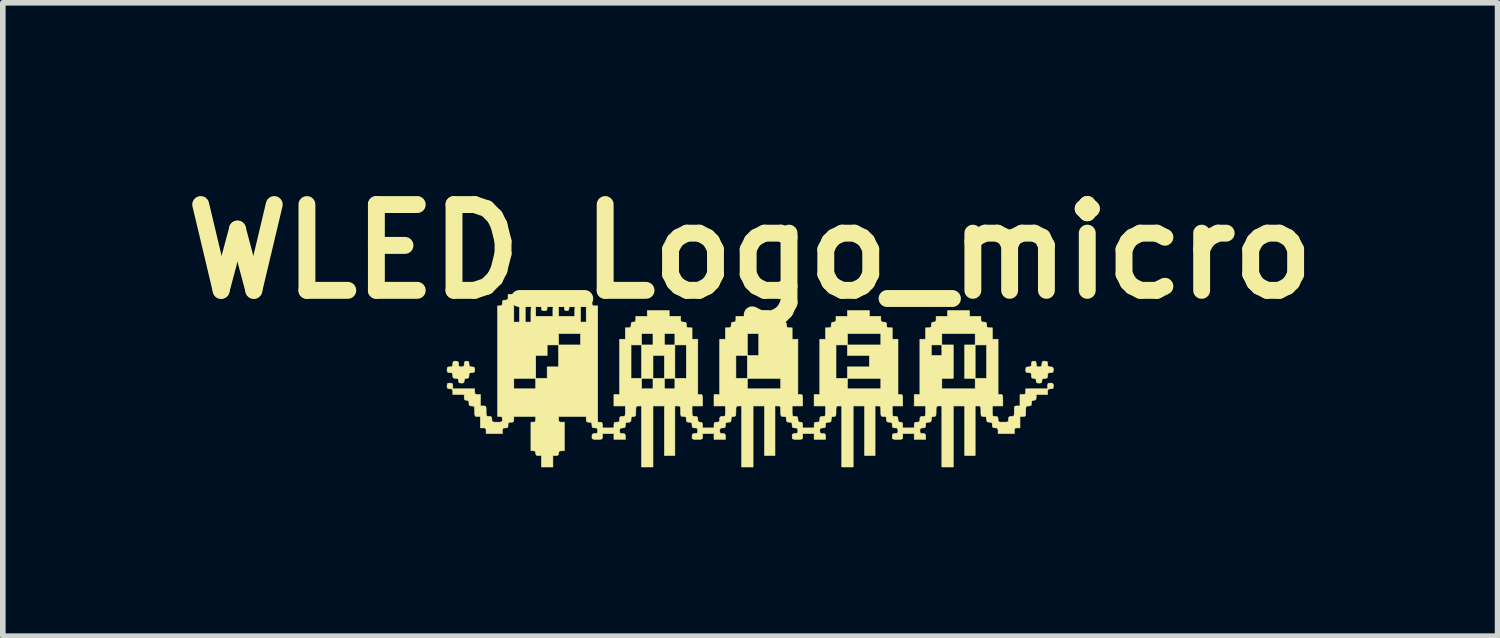
<source format=kicad_pcb>
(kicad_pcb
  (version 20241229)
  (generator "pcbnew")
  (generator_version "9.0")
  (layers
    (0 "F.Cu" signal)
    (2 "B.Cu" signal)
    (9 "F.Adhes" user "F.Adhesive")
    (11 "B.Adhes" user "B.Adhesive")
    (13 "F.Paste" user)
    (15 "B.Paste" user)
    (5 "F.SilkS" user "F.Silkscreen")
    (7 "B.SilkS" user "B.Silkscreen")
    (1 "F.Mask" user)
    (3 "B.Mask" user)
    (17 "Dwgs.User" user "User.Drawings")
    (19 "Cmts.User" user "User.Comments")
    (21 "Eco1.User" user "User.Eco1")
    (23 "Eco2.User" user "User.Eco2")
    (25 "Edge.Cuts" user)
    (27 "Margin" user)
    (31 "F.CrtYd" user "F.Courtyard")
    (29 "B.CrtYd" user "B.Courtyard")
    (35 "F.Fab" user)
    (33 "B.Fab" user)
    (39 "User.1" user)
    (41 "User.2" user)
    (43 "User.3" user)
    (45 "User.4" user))
  (footprint "WLED_Logo_micro"
    (layer "F.Cu")
    (at 10.276 3.704)
    (property "Reference" "WLED_Logo_micro" (at 0 -2.286 0) (layer "F.SilkS") (effects (font (size 1.524 1.524) (thickness 0.3))))
    (attr through_hole)
    (fp_poly (pts (xy 3.996 -0.034) (xy 3.81 -0.034) (xy 3.81 -0.627) (xy 3.996 -0.627) (xy 3.996 -0.034)) (stroke (width 0.01) (type solid)) (fill yes) (layer "F.SilkS"))
    (fp_poly (pts (xy -5.007 -0.333) (xy -4.996 -0.31) (xy -4.995 -0.288) (xy -4.991 -0.252) (xy -4.971 -0.239) (xy -4.945 -0.237) (xy -4.909 -0.233) (xy -4.895 -0.213) (xy -4.894 -0.186) (xy -4.898 -0.15) (xy -4.918 -0.137) (xy -4.945 -0.135) (xy -4.981 -0.131) (xy -4.994 -0.111) (xy -4.995 -0.085) (xy -5 -0.048) (xy -5.019 -0.035) (xy -5.038 -0.034) (xy -5.07 -0.027) (xy -5.08 0.001) (xy -5.08 0.008) (xy -5.085 0.039) (xy -5.109 0.05) (xy -5.131 0.051) (xy -5.167 0.046) (xy -5.18 0.027) (xy -5.182 0.008) (xy -5.187 -0.022) (xy -5.21 -0.033) (xy -5.232 -0.034) (xy -5.268 -0.038) (xy -5.282 -0.058) (xy -5.283 -0.085) (xy -5.287 -0.121) (xy -5.307 -0.134) (xy -5.334 -0.135) (xy -5.37 -0.14) (xy -5.383 -0.159) (xy -5.385 -0.186) (xy -5.381 -0.222) (xy -5.361 -0.236) (xy -5.334 -0.237) (xy -5.298 -0.241) (xy -5.285 -0.261) (xy -5.283 -0.288) (xy -5.279 -0.324) (xy -5.259 -0.337) (xy -5.232 -0.339) (xy -5.196 -0.334) (xy -5.183 -0.315) (xy -5.182 -0.288) (xy -5.177 -0.252) (xy -5.158 -0.239) (xy -5.131 -0.237) (xy -5.095 -0.241) (xy -5.082 -0.261) (xy -5.08 -0.288) (xy -5.075 -0.324) (xy -5.056 -0.337) (xy -5.038 -0.339) (xy -5.007 -0.333)) (stroke (width 0.01) (type solid)) (fill yes) (layer "F.SilkS"))
    (fp_poly (pts (xy 5.268 -0.334) (xy 5.282 -0.315) (xy 5.283 -0.288) (xy 5.287 -0.252) (xy 5.307 -0.239) (xy 5.334 -0.237) (xy 5.37 -0.233) (xy 5.383 -0.213) (xy 5.385 -0.186) (xy 5.381 -0.15) (xy 5.361 -0.137) (xy 5.334 -0.135) (xy 5.298 -0.131) (xy 5.285 -0.111) (xy 5.283 -0.085) (xy 5.279 -0.049) (xy 5.259 -0.035) (xy 5.232 -0.034) (xy 5.196 -0.029) (xy 5.183 -0.01) (xy 5.182 0.008) (xy 5.176 0.039) (xy 5.153 0.05) (xy 5.131 0.051) (xy 5.094 0.046) (xy 5.081 0.027) (xy 5.08 0.008) (xy 5.073 -0.024) (xy 5.045 -0.034) (xy 5.038 -0.034) (xy 5.007 -0.039) (xy 4.996 -0.063) (xy 4.995 -0.085) (xy 4.991 -0.121) (xy 4.971 -0.134) (xy 4.945 -0.135) (xy 4.909 -0.14) (xy 4.895 -0.159) (xy 4.894 -0.186) (xy 4.898 -0.222) (xy 4.918 -0.236) (xy 4.945 -0.237) (xy 4.981 -0.241) (xy 4.994 -0.261) (xy 4.995 -0.288) (xy 5 -0.324) (xy 5.019 -0.337) (xy 5.038 -0.339) (xy 5.068 -0.333) (xy 5.079 -0.31) (xy 5.08 -0.288) (xy 5.084 -0.252) (xy 5.104 -0.239) (xy 5.131 -0.237) (xy 5.167 -0.241) (xy 5.18 -0.261) (xy 5.182 -0.288) (xy 5.186 -0.324) (xy 5.206 -0.337) (xy 5.232 -0.339) (xy 5.268 -0.334)) (stroke (width 0.01) (type solid)) (fill yes) (layer "F.SilkS"))
    (fp_poly (pts (xy -2.913 -1.473) (xy -2.908 -1.437) (xy -2.889 -1.424) (xy -2.862 -1.422) (xy -2.826 -1.418) (xy -2.812 -1.398) (xy -2.811 -1.372) (xy -2.807 -1.336) (xy -2.787 -1.322) (xy -2.76 -1.321) (xy -2.709 -1.321) (xy -2.709 0.745) (xy -2.667 0.745) (xy -2.637 0.751) (xy -2.626 0.774) (xy -2.625 0.796) (xy -2.625 0.847) (xy -2.421 0.847) (xy -2.421 0.796) (xy -2.417 0.76) (xy -2.397 0.747) (xy -2.371 0.745) (xy -2.335 0.741) (xy -2.321 0.721) (xy -2.32 0.694) (xy -2.316 0.658) (xy -2.296 0.645) (xy -2.269 0.643) (xy -2.24 0.642) (xy -2.225 0.632) (xy -2.219 0.604) (xy -2.218 0.552) (xy -2.218 0.457) (xy -2.421 0.457) (xy -2.421 0.254) (xy -2.32 0.254) (xy -2.32 -0.627) (xy -2.117 -0.627) (xy -2.117 -0.034) (xy -1.93 -0.034) (xy -1.93 0.152) (xy -1.727 0.152) (xy -1.727 -0.034) (xy -1.93 -0.034) (xy -1.93 -0.44) (xy -1.727 -0.44) (xy -1.727 -0.034) (xy -1.524 -0.034) (xy -1.524 0.152) (xy -1.338 0.152) (xy -1.338 -0.034) (xy -1.524 -0.034) (xy -1.524 -0.44) (xy -1.727 -0.44) (xy -1.93 -0.44) (xy -1.93 -0.627) (xy -2.117 -0.627) (xy -2.32 -0.627) (xy -2.32 -0.728) (xy -2.218 -0.728) (xy -2.218 -0.83) (xy -1.93 -0.83) (xy -1.93 -0.627) (xy -1.727 -0.627) (xy -1.727 -0.83) (xy -1.524 -0.83) (xy -1.524 -0.627) (xy -1.338 -0.627) (xy -1.338 -0.034) (xy -1.135 -0.034) (xy -1.135 -0.627) (xy -1.338 -0.627) (xy -1.338 -0.83) (xy -1.524 -0.83) (xy -1.727 -0.83) (xy -1.93 -0.83) (xy -2.218 -0.83) (xy -2.218 -0.931) (xy -2.167 -0.931) (xy -2.131 -0.936) (xy -2.118 -0.955) (xy -2.117 -0.982) (xy -2.112 -1.018) (xy -2.093 -1.032) (xy -2.074 -1.033) (xy -2.044 -1.038) (xy -2.033 -1.062) (xy -2.032 -1.084) (xy -2.032 -1.135) (xy -1.829 -1.135) (xy -1.829 -1.236) (xy -1.439 -1.236) (xy -1.439 -1.135) (xy -1.236 -1.135) (xy -1.236 -1.084) (xy -1.232 -1.048) (xy -1.212 -1.034) (xy -1.185 -1.033) (xy -1.149 -1.029) (xy -1.136 -1.009) (xy -1.135 -0.982) (xy -1.13 -0.946) (xy -1.111 -0.933) (xy -1.084 -0.931) (xy -1.033 -0.931) (xy -1.033 -0.728) (xy -0.931 -0.728) (xy -0.931 0.254) (xy -0.889 0.254) (xy -0.866 0.256) (xy -0.853 0.268) (xy -0.848 0.297) (xy -0.847 0.352) (xy -0.847 0.356) (xy -0.847 0.457) (xy -1.033 0.457) (xy -1.033 0.55) (xy -1.032 0.604) (xy -1.026 0.631) (xy -1.012 0.642) (xy -0.983 0.643) (xy -0.982 0.643) (xy -0.946 0.648) (xy -0.933 0.667) (xy -0.931 0.694) (xy -0.927 0.731) (xy -0.907 0.744) (xy -0.889 0.745) (xy -0.859 0.751) (xy -0.848 0.774) (xy -0.847 0.796) (xy -0.847 0.847) (xy -0.643 0.847) (xy -0.643 0.796) (xy -0.639 0.76) (xy -0.619 0.747) (xy -0.593 0.745) (xy -0.557 0.741) (xy -0.543 0.721) (xy -0.542 0.694) (xy -0.538 0.658) (xy -0.518 0.645) (xy -0.491 0.643) (xy -0.462 0.642) (xy -0.447 0.632) (xy -0.441 0.604) (xy -0.44 0.552) (xy -0.44 0.457) (xy -0.643 0.457) (xy -0.643 0.254) (xy -0.542 0.254) (xy -0.542 -0.44) (xy -0.254 -0.44) (xy -0.254 -0.034) (xy -0.051 -0.034) (xy -0.051 0.152) (xy 0.542 0.152) (xy 0.542 -0.034) (xy -0.051 -0.034) (xy -0.051 -0.44) (xy -0.254 -0.44) (xy -0.542 -0.44) (xy -0.542 -0.728) (xy -0.44 -0.728) (xy -0.44 -0.83) (xy -0.051 -0.83) (xy -0.051 -0.44) (xy 0.152 -0.44) (xy 0.152 -0.83) (xy -0.051 -0.83) (xy -0.44 -0.83) (xy -0.44 -0.931) (xy -0.389 -0.931) (xy -0.353 -0.936) (xy -0.34 -0.955) (xy -0.339 -0.982) (xy -0.334 -1.018) (xy -0.315 -1.032) (xy -0.296 -1.033) (xy -0.266 -1.038) (xy -0.255 -1.062) (xy -0.254 -1.084) (xy -0.254 -1.135) (xy -0.051 -1.135) (xy -0.051 -1.236) (xy 0.339 -1.236) (xy 0.339 -1.135) (xy 0.542 -1.135) (xy 0.542 -1.084) (xy 0.546 -1.048) (xy 0.566 -1.034) (xy 0.593 -1.033) (xy 0.629 -1.029) (xy 0.642 -1.009) (xy 0.643 -0.982) (xy 0.648 -0.946) (xy 0.667 -0.933) (xy 0.694 -0.931) (xy 0.745 -0.931) (xy 0.745 -0.728) (xy 0.847 -0.728) (xy 0.847 0.254) (xy 0.889 0.254) (xy 0.912 0.256) (xy 0.925 0.268) (xy 0.93 0.297) (xy 0.931 0.352) (xy 0.931 0.356) (xy 0.931 0.457) (xy 0.745 0.457) (xy 0.745 0.55) (xy 0.746 0.604) (xy 0.752 0.631) (xy 0.766 0.642) (xy 0.795 0.643) (xy 0.796 0.643) (xy 0.832 0.648) (xy 0.845 0.667) (xy 0.847 0.694) (xy 0.851 0.731) (xy 0.871 0.744) (xy 0.889 0.745) (xy 0.919 0.751) (xy 0.93 0.774) (xy 0.931 0.796) (xy 0.931 0.847) (xy 1.135 0.847) (xy 1.135 0.796) (xy 1.139 0.76) (xy 1.159 0.747) (xy 1.185 0.745) (xy 1.221 0.741) (xy 1.235 0.721) (xy 1.236 0.694) (xy 1.24 0.658) (xy 1.26 0.645) (xy 1.287 0.643) (xy 1.316 0.642) (xy 1.331 0.632) (xy 1.337 0.604) (xy 1.338 0.552) (xy 1.338 0.457) (xy 1.135 0.457) (xy 1.135 0.254) (xy 1.236 0.254) (xy 1.236 -0.627) (xy 1.524 -0.627) (xy 1.524 -0.034) (xy 1.727 -0.034) (xy 1.727 0.152) (xy 2.32 0.152) (xy 2.32 -0.034) (xy 1.727 -0.034) (xy 1.727 -0.237) (xy 2.117 -0.237) (xy 2.117 -0.44) (xy 1.727 -0.44) (xy 1.727 -0.627) (xy 1.524 -0.627) (xy 1.236 -0.627) (xy 1.236 -0.728) (xy 1.338 -0.728) (xy 1.338 -0.83) (xy 1.727 -0.83) (xy 1.727 -0.627) (xy 2.32 -0.627) (xy 2.32 -0.83) (xy 1.727 -0.83) (xy 1.338 -0.83) (xy 1.338 -0.931) (xy 1.389 -0.931) (xy 1.425 -0.936) (xy 1.438 -0.955) (xy 1.439 -0.982) (xy 1.444 -1.018) (xy 1.463 -1.032) (xy 1.482 -1.033) (xy 1.512 -1.038) (xy 1.523 -1.062) (xy 1.524 -1.084) (xy 1.524 -1.135) (xy 1.727 -1.135) (xy 1.727 -1.236) (xy 2.117 -1.236) (xy 2.117 -1.135) (xy 2.32 -1.135) (xy 2.32 -1.084) (xy 2.324 -1.048) (xy 2.344 -1.034) (xy 2.371 -1.033) (xy 2.407 -1.029) (xy 2.42 -1.009) (xy 2.421 -0.982) (xy 2.426 -0.946) (xy 2.445 -0.933) (xy 2.472 -0.931) (xy 2.523 -0.931) (xy 2.523 -0.728) (xy 2.625 -0.728) (xy 2.625 0.254) (xy 2.667 0.254) (xy 2.69 0.256) (xy 2.703 0.268) (xy 2.708 0.297) (xy 2.709 0.352) (xy 2.709 0.356) (xy 2.709 0.457) (xy 2.523 0.457) (xy 2.523 0.55) (xy 2.524 0.604) (xy 2.53 0.631) (xy 2.544 0.642) (xy 2.573 0.643) (xy 2.574 0.643) (xy 2.61 0.648) (xy 2.623 0.667) (xy 2.625 0.694) (xy 2.629 0.731) (xy 2.649 0.744) (xy 2.667 0.745) (xy 2.697 0.751) (xy 2.708 0.774) (xy 2.709 0.796) (xy 2.709 0.847) (xy 2.913 0.847) (xy 2.913 0.796) (xy 2.917 0.76) (xy 2.937 0.747) (xy 2.963 0.745) (xy 2.999 0.741) (xy 3.013 0.721) (xy 3.014 0.694) (xy 3.018 0.658) (xy 3.038 0.645) (xy 3.065 0.643) (xy 3.094 0.642) (xy 3.109 0.632) (xy 3.115 0.604) (xy 3.116 0.552) (xy 3.116 0.457) (xy 2.913 0.457) (xy 2.913 0.254) (xy 3.014 0.254) (xy 3.014 -0.034) (xy 3.404 -0.034) (xy 3.404 0.152) (xy 3.996 0.152) (xy 3.996 -0.034) (xy 4.199 -0.034) (xy 4.199 -0.627) (xy 3.996 -0.627) (xy 3.996 -0.83) (xy 3.404 -0.83) (xy 3.404 -0.627) (xy 3.607 -0.627) (xy 3.607 -0.034) (xy 3.404 -0.034) (xy 3.014 -0.034) (xy 3.014 -0.627) (xy 3.217 -0.627) (xy 3.217 -0.44) (xy 3.404 -0.44) (xy 3.404 -0.627) (xy 3.217 -0.627) (xy 3.014 -0.627) (xy 3.014 -0.728) (xy 3.116 -0.728) (xy 3.116 -0.931) (xy 3.167 -0.931) (xy 3.203 -0.936) (xy 3.216 -0.955) (xy 3.217 -0.982) (xy 3.222 -1.018) (xy 3.241 -1.032) (xy 3.26 -1.033) (xy 3.29 -1.038) (xy 3.301 -1.062) (xy 3.302 -1.084) (xy 3.302 -1.135) (xy 3.505 -1.135) (xy 3.505 -1.236) (xy 3.895 -1.236) (xy 3.895 -1.135) (xy 4.098 -1.135) (xy 4.098 -1.084) (xy 4.102 -1.048) (xy 4.122 -1.034) (xy 4.149 -1.033) (xy 4.185 -1.029) (xy 4.198 -1.009) (xy 4.199 -0.982) (xy 4.204 -0.946) (xy 4.223 -0.933) (xy 4.25 -0.931) (xy 4.301 -0.931) (xy 4.301 -0.728) (xy 4.403 -0.728) (xy 4.403 0.254) (xy 4.445 0.254) (xy 4.468 0.256) (xy 4.481 0.268) (xy 4.486 0.297) (xy 4.487 0.352) (xy 4.487 0.356) (xy 4.487 0.457) (xy 4.301 0.457) (xy 4.301 0.55) (xy 4.302 0.604) (xy 4.308 0.631) (xy 4.322 0.642) (xy 4.351 0.643) (xy 4.352 0.643) (xy 4.388 0.648) (xy 4.401 0.667) (xy 4.403 0.694) (xy 4.404 0.723) (xy 4.414 0.738) (xy 4.442 0.744) (xy 4.494 0.745) (xy 4.496 0.745) (xy 4.549 0.744) (xy 4.577 0.739) (xy 4.587 0.724) (xy 4.589 0.695) (xy 4.589 0.694) (xy 4.593 0.658) (xy 4.613 0.645) (xy 4.64 0.643) (xy 4.669 0.642) (xy 4.684 0.632) (xy 4.69 0.604) (xy 4.691 0.552) (xy 4.691 0.55) (xy 4.691 0.497) (xy 4.697 0.469) (xy 4.712 0.459) (xy 4.741 0.457) (xy 4.741 0.457) (xy 4.792 0.457) (xy 4.792 0.254) (xy 4.843 0.254) (xy 4.879 0.25) (xy 4.892 0.23) (xy 4.894 0.203) (xy 4.894 0.152) (xy 5.283 0.152) (xy 5.283 0.102) (xy 5.287 0.066) (xy 5.307 0.052) (xy 5.334 0.051) (xy 5.37 0.055) (xy 5.383 0.075) (xy 5.385 0.102) (xy 5.381 0.138) (xy 5.361 0.151) (xy 5.334 0.152) (xy 5.298 0.157) (xy 5.285 0.176) (xy 5.283 0.203) (xy 5.283 0.254) (xy 5.08 0.254) (xy 5.08 0.305) (xy 5.075 0.341) (xy 5.056 0.354) (xy 5.038 0.356) (xy 5.007 0.361) (xy 4.996 0.384) (xy 4.995 0.406) (xy 4.991 0.442) (xy 4.971 0.456) (xy 4.945 0.457) (xy 4.915 0.459) (xy 4.9 0.469) (xy 4.895 0.496) (xy 4.894 0.549) (xy 4.894 0.55) (xy 4.893 0.604) (xy 4.887 0.631) (xy 4.872 0.642) (xy 4.844 0.643) (xy 4.792 0.643) (xy 4.792 0.847) (xy 4.741 0.847) (xy 4.705 0.851) (xy 4.692 0.871) (xy 4.691 0.897) (xy 4.691 0.948) (xy 4.403 0.948) (xy 4.403 0.897) (xy 4.398 0.861) (xy 4.379 0.848) (xy 4.352 0.847) (xy 4.316 0.842) (xy 4.303 0.823) (xy 4.301 0.796) (xy 4.297 0.76) (xy 4.277 0.747) (xy 4.25 0.745) (xy 4.214 0.741) (xy 4.201 0.721) (xy 4.199 0.694) (xy 4.195 0.658) (xy 4.175 0.645) (xy 4.149 0.643) (xy 4.12 0.642) (xy 4.105 0.632) (xy 4.099 0.604) (xy 4.098 0.552) (xy 4.098 0.55) (xy 4.097 0.497) (xy 4.091 0.469) (xy 4.077 0.459) (xy 4.048 0.457) (xy 4.047 0.457) (xy 3.996 0.457) (xy 3.996 1.338) (xy 3.81 1.338) (xy 3.81 0.457) (xy 3.607 0.457) (xy 3.607 1.541) (xy 3.404 1.541) (xy 3.404 0.457) (xy 3.353 0.457) (xy 3.324 0.459) (xy 3.309 0.469) (xy 3.303 0.496) (xy 3.302 0.549) (xy 3.302 0.55) (xy 3.301 0.604) (xy 3.295 0.631) (xy 3.281 0.642) (xy 3.26 0.643) (xy 3.229 0.649) (xy 3.218 0.672) (xy 3.217 0.694) (xy 3.213 0.73) (xy 3.193 0.744) (xy 3.167 0.745) (xy 3.131 0.749) (xy 3.117 0.769) (xy 3.116 0.796) (xy 3.112 0.832) (xy 3.092 0.845) (xy 3.065 0.847) (xy 3.029 0.851) (xy 3.016 0.871) (xy 3.014 0.897) (xy 3.018 0.933) (xy 3.038 0.947) (xy 3.065 0.948) (xy 3.101 0.952) (xy 3.114 0.972) (xy 3.116 0.999) (xy 3.116 1.05) (xy 2.913 1.05) (xy 2.913 0.948) (xy 2.709 0.948) (xy 2.709 0.999) (xy 2.708 1.028) (xy 2.698 1.043) (xy 2.67 1.049) (xy 2.618 1.05) (xy 2.616 1.05) (xy 2.563 1.049) (xy 2.535 1.043) (xy 2.525 1.029) (xy 2.523 1) (xy 2.523 0.999) (xy 2.527 0.963) (xy 2.547 0.95) (xy 2.574 0.948) (xy 2.61 0.944) (xy 2.623 0.924) (xy 2.625 0.897) (xy 2.62 0.861) (xy 2.601 0.848) (xy 2.574 0.847) (xy 2.538 0.842) (xy 2.525 0.823) (xy 2.523 0.796) (xy 2.519 0.76) (xy 2.499 0.747) (xy 2.472 0.745) (xy 2.436 0.741) (xy 2.423 0.721) (xy 2.421 0.694) (xy 2.417 0.658) (xy 2.397 0.645) (xy 2.371 0.643) (xy 2.342 0.642) (xy 2.327 0.632) (xy 2.321 0.604) (xy 2.32 0.552) (xy 2.32 0.55) (xy 2.319 0.497) (xy 2.313 0.469) (xy 2.299 0.459) (xy 2.27 0.457) (xy 2.269 0.457) (xy 2.218 0.457) (xy 2.218 1.338) (xy 2.032 1.338) (xy 2.032 0.457) (xy 1.829 0.457) (xy 1.829 1.541) (xy 1.626 1.541) (xy 1.626 0.457) (xy 1.575 0.457) (xy 1.546 0.459) (xy 1.531 0.469) (xy 1.525 0.496) (xy 1.524 0.549) (xy 1.524 0.55) (xy 1.523 0.604) (xy 1.517 0.631) (xy 1.503 0.642) (xy 1.482 0.643) (xy 1.451 0.649) (xy 1.44 0.672) (xy 1.439 0.694) (xy 1.435 0.73) (xy 1.415 0.744) (xy 1.389 0.745) (xy 1.353 0.749) (xy 1.339 0.769) (xy 1.338 0.796) (xy 1.334 0.832) (xy 1.314 0.845) (xy 1.287 0.847) (xy 1.251 0.851) (xy 1.238 0.871) (xy 1.236 0.897) (xy 1.24 0.933) (xy 1.26 0.947) (xy 1.287 0.948) (xy 1.323 0.952) (xy 1.336 0.972) (xy 1.338 0.999) (xy 1.338 1.05) (xy 1.135 1.05) (xy 1.135 0.948) (xy 0.931 0.948) (xy 0.931 0.999) (xy 0.93 1.028) (xy 0.92 1.043) (xy 0.892 1.049) (xy 0.84 1.05) (xy 0.838 1.05) (xy 0.785 1.049) (xy 0.757 1.043) (xy 0.747 1.029) (xy 0.745 1) (xy 0.745 0.999) (xy 0.749 0.963) (xy 0.769 0.95) (xy 0.796 0.948) (xy 0.832 0.944) (xy 0.845 0.924) (xy 0.847 0.897) (xy 0.842 0.861) (xy 0.823 0.848) (xy 0.796 0.847) (xy 0.76 0.842) (xy 0.747 0.823) (xy 0.745 0.796) (xy 0.741 0.76) (xy 0.721 0.747) (xy 0.694 0.745) (xy 0.658 0.741) (xy 0.645 0.721) (xy 0.643 0.694) (xy 0.639 0.658) (xy 0.619 0.645) (xy 0.593 0.643) (xy 0.564 0.642) (xy 0.549 0.632) (xy 0.543 0.604) (xy 0.542 0.552) (xy 0.542 0.55) (xy 0.541 0.497) (xy 0.535 0.469) (xy 0.521 0.459) (xy 0.492 0.457) (xy 0.491 0.457) (xy 0.44 0.457) (xy 0.44 1.338) (xy 0.254 1.338) (xy 0.254 0.457) (xy 0.051 0.457) (xy 0.051 1.541) (xy -0.152 1.541) (xy -0.152 0.457) (xy -0.203 0.457) (xy -0.232 0.459) (xy -0.247 0.469) (xy -0.253 0.496) (xy -0.254 0.549) (xy -0.254 0.55) (xy -0.255 0.604) (xy -0.261 0.631) (xy -0.275 0.642) (xy -0.296 0.643) (xy -0.327 0.649) (xy -0.338 0.672) (xy -0.339 0.694) (xy -0.343 0.73) (xy -0.363 0.744) (xy -0.389 0.745) (xy -0.425 0.749) (xy -0.439 0.769) (xy -0.44 0.796) (xy -0.444 0.832) (xy -0.464 0.845) (xy -0.491 0.847) (xy -0.527 0.851) (xy -0.54 0.871) (xy -0.542 0.897) (xy -0.538 0.933) (xy -0.518 0.947) (xy -0.491 0.948) (xy -0.455 0.952) (xy -0.442 0.972) (xy -0.44 0.999) (xy -0.44 1.05) (xy -0.643 1.05) (xy -0.643 0.948) (xy -0.847 0.948) (xy -0.847 0.999) (xy -0.848 1.028) (xy -0.858 1.043) (xy -0.886 1.049) (xy -0.938 1.05) (xy -0.94 1.05) (xy -0.993 1.049) (xy -1.021 1.043) (xy -1.031 1.029) (xy -1.033 1) (xy -1.033 0.999) (xy -1.029 0.963) (xy -1.009 0.95) (xy -0.982 0.948) (xy -0.946 0.944) (xy -0.933 0.924) (xy -0.931 0.897) (xy -0.936 0.861) (xy -0.955 0.848) (xy -0.982 0.847) (xy -1.018 0.842) (xy -1.031 0.823) (xy -1.033 0.796) (xy -1.037 0.76) (xy -1.057 0.747) (xy -1.084 0.745) (xy -1.12 0.741) (xy -1.133 0.721) (xy -1.135 0.694) (xy -1.139 0.658) (xy -1.159 0.645) (xy -1.185 0.643) (xy -1.214 0.642) (xy -1.229 0.632) (xy -1.235 0.604) (xy -1.236 0.552) (xy -1.236 0.55) (xy -1.237 0.497) (xy -1.243 0.469) (xy -1.257 0.459) (xy -1.286 0.457) (xy -1.287 0.457) (xy -1.338 0.457) (xy -1.338 1.338) (xy -1.524 1.338) (xy -1.524 0.457) (xy -1.727 0.457) (xy -1.727 1.541) (xy -1.93 1.541) (xy -1.93 0.457) (xy -1.981 0.457) (xy -2.01 0.459) (xy -2.025 0.469) (xy -2.031 0.496) (xy -2.032 0.549) (xy -2.032 0.55) (xy -2.033 0.604) (xy -2.039 0.631) (xy -2.053 0.642) (xy -2.074 0.643) (xy -2.105 0.649) (xy -2.116 0.672) (xy -2.117 0.694) (xy -2.121 0.73) (xy -2.141 0.744) (xy -2.167 0.745) (xy -2.203 0.749) (xy -2.217 0.769) (xy -2.218 0.796) (xy -2.222 0.832) (xy -2.242 0.845) (xy -2.269 0.847) (xy -2.305 0.851) (xy -2.318 0.871) (xy -2.32 0.897) (xy -2.316 0.933) (xy -2.296 0.947) (xy -2.269 0.948) (xy -2.233 0.952) (xy -2.22 0.972) (xy -2.218 0.999) (xy -2.218 1.05) (xy -2.421 1.05) (xy -2.421 0.948) (xy -2.625 0.948) (xy -2.625 0.999) (xy -2.626 1.028) (xy -2.636 1.043) (xy -2.664 1.049) (xy -2.716 1.05) (xy -2.718 1.05) (xy -2.771 1.049) (xy -2.799 1.043) (xy -2.809 1.029) (xy -2.811 1) (xy -2.811 0.999) (xy -2.807 0.963) (xy -2.787 0.95) (xy -2.76 0.948) (xy -2.724 0.944) (xy -2.711 0.924) (xy -2.709 0.897) (xy -2.714 0.861) (xy -2.733 0.848) (xy -2.76 0.847) (xy -2.796 0.842) (xy -2.809 0.823) (xy -2.811 0.796) (xy -2.815 0.76) (xy -2.835 0.747) (xy -2.862 0.745) (xy -2.898 0.741) (xy -2.911 0.721) (xy -2.913 0.694) (xy -2.913 0.643) (xy -3.404 0.643) (xy -3.404 0.694) (xy -3.399 0.73) (xy -3.38 0.744) (xy -3.353 0.745) (xy -3.302 0.745) (xy -3.302 1.253) (xy -3.353 1.253) (xy -3.389 1.258) (xy -3.402 1.277) (xy -3.404 1.295) (xy -3.409 1.326) (xy -3.432 1.337) (xy -3.454 1.338) (xy -3.505 1.338) (xy -3.505 1.541) (xy -3.708 1.541) (xy -3.708 1.338) (xy -3.759 1.338) (xy -3.796 1.333) (xy -3.809 1.314) (xy -3.81 1.295) (xy -3.817 1.263) (xy -3.845 1.253) (xy -3.852 1.253) (xy -3.895 1.253) (xy -3.895 0.745) (xy -3.852 0.745) (xy -3.822 0.74) (xy -3.811 0.716) (xy -3.81 0.694) (xy -3.81 0.643) (xy -4.199 0.643) (xy -4.199 0.694) (xy -4.204 0.73) (xy -4.223 0.744) (xy -4.25 0.745) (xy -4.286 0.749) (xy -4.3 0.769) (xy -4.301 0.796) (xy -4.305 0.832) (xy -4.325 0.845) (xy -4.352 0.847) (xy -4.388 0.851) (xy -4.401 0.871) (xy -4.403 0.897) (xy -4.403 0.948) (xy -4.691 0.948) (xy -4.691 0.897) (xy -4.695 0.861) (xy -4.715 0.848) (xy -4.741 0.847) (xy -4.792 0.847) (xy -4.792 0.643) (xy -4.843 0.643) (xy -4.872 0.642) (xy -4.887 0.632) (xy -4.893 0.604) (xy -4.894 0.552) (xy -4.894 0.55) (xy -4.895 0.497) (xy -4.9 0.469) (xy -4.915 0.459) (xy -4.944 0.457) (xy -4.945 0.457) (xy -4.981 0.453) (xy -4.994 0.433) (xy -4.995 0.406) (xy -5 0.37) (xy -5.019 0.357) (xy -5.038 0.356) (xy -5.068 0.35) (xy -5.079 0.327) (xy -5.08 0.305) (xy -5.08 0.254) (xy -5.283 0.254) (xy -5.283 0.203) (xy -5.287 0.167) (xy -5.307 0.154) (xy -5.334 0.152) (xy -5.37 0.148) (xy -5.383 0.128) (xy -5.385 0.102) (xy -5.381 0.066) (xy -5.361 0.052) (xy -5.334 0.051) (xy -5.298 0.055) (xy -5.285 0.075) (xy -5.283 0.102) (xy -5.283 0.152) (xy -4.894 0.152) (xy -4.894 0.203) (xy -4.89 0.239) (xy -4.87 0.252) (xy -4.843 0.254) (xy -4.792 0.254) (xy -4.792 0.457) (xy -4.741 0.457) (xy -4.712 0.459) (xy -4.697 0.469) (xy -4.691 0.496) (xy -4.691 0.549) (xy -4.691 0.55) (xy -4.69 0.604) (xy -4.684 0.631) (xy -4.669 0.642) (xy -4.641 0.643) (xy -4.64 0.643) (xy -4.604 0.648) (xy -4.59 0.667) (xy -4.589 0.694) (xy -4.587 0.723) (xy -4.577 0.738) (xy -4.55 0.744) (xy -4.497 0.745) (xy -4.496 0.745) (xy -4.443 0.744) (xy -4.415 0.739) (xy -4.404 0.724) (xy -4.403 0.695) (xy -4.403 0.694) (xy -4.407 0.658) (xy -4.427 0.645) (xy -4.445 0.643) (xy -4.487 0.643) (xy -4.487 -0.034) (xy -4.199 -0.034) (xy -4.199 0.152) (xy -3.81 0.152) (xy -3.81 -0.034) (xy -4.199 -0.034) (xy -4.487 -0.034) (xy -4.487 -0.44) (xy -3.81 -0.44) (xy -3.81 -0.034) (xy -3.607 -0.034) (xy -3.607 -0.237) (xy -3.404 -0.237) (xy -3.404 -0.627) (xy -3.607 -0.627) (xy -3.607 -0.44) (xy -3.81 -0.44) (xy -4.487 -0.44) (xy -4.487 -0.83) (xy -3.404 -0.83) (xy -3.404 -0.627) (xy -3.014 -0.627) (xy -3.014 -0.83) (xy -3.404 -0.83) (xy -4.487 -0.83) (xy -4.487 -1.321) (xy -4.445 -1.321) (xy -4.415 -1.326) (xy -4.404 -1.35) (xy -4.403 -1.372) (xy -4.398 -1.408) (xy -4.379 -1.421) (xy -4.352 -1.422) (xy -4.199 -1.422) (xy -4.199 -1.033) (xy -4.098 -1.033) (xy -4.098 -1.321) (xy -3.996 -1.321) (xy -3.996 -1.033) (xy -3.895 -1.033) (xy -3.895 -1.177) (xy -3.894 -1.247) (xy -3.892 -1.289) (xy -3.885 -1.311) (xy -3.873 -1.32) (xy -3.852 -1.321) (xy -3.828 -1.318) (xy -3.815 -1.306) (xy -3.811 -1.274) (xy -3.81 -1.228) (xy -3.81 -1.135) (xy -3.505 -1.135) (xy -3.505 -1.228) (xy -3.504 -1.281) (xy -3.499 -1.309) (xy -3.484 -1.319) (xy -3.455 -1.321) (xy -3.454 -1.321) (xy -3.425 -1.319) (xy -3.41 -1.309) (xy -3.405 -1.282) (xy -3.404 -1.229) (xy -3.404 -1.135) (xy -3.116 -1.135) (xy -3.116 -1.228) (xy -3.115 -1.281) (xy -3.109 -1.309) (xy -3.094 -1.319) (xy -3.066 -1.321) (xy -3.065 -1.321) (xy -3.014 -1.321) (xy -3.014 -1.033) (xy -2.913 -1.033) (xy -2.913 -1.422) (xy -3.217 -1.422) (xy -3.217 -1.329) (xy -3.218 -1.276) (xy -3.224 -1.248) (xy -3.239 -1.238) (xy -3.26 -1.236) (xy -3.284 -1.239) (xy -3.297 -1.251) (xy -3.301 -1.283) (xy -3.302 -1.329) (xy -3.302 -1.422) (xy -3.607 -1.422) (xy -3.607 -1.329) (xy -3.608 -1.276) (xy -3.613 -1.248) (xy -3.628 -1.238) (xy -3.657 -1.236) (xy -3.658 -1.236) (xy -3.687 -1.238) (xy -3.702 -1.248) (xy -3.707 -1.275) (xy -3.708 -1.328) (xy -3.708 -1.329) (xy -3.708 -1.422) (xy -4.199 -1.422) (xy -4.352 -1.422) (xy -4.316 -1.427) (xy -4.303 -1.446) (xy -4.301 -1.473) (xy -4.301 -1.524) (xy -2.913 -1.524) (xy -2.913 -1.473)) (stroke (width 0.01) (type solid)) (fill yes) (layer "F.SilkS")))
  (gr_rect
    (start -3 -3)
    (end 23.552 8.25)
    (stroke (width 0.1) (type default))
    (fill no)
    (layer "Edge.Cuts")))
</source>
